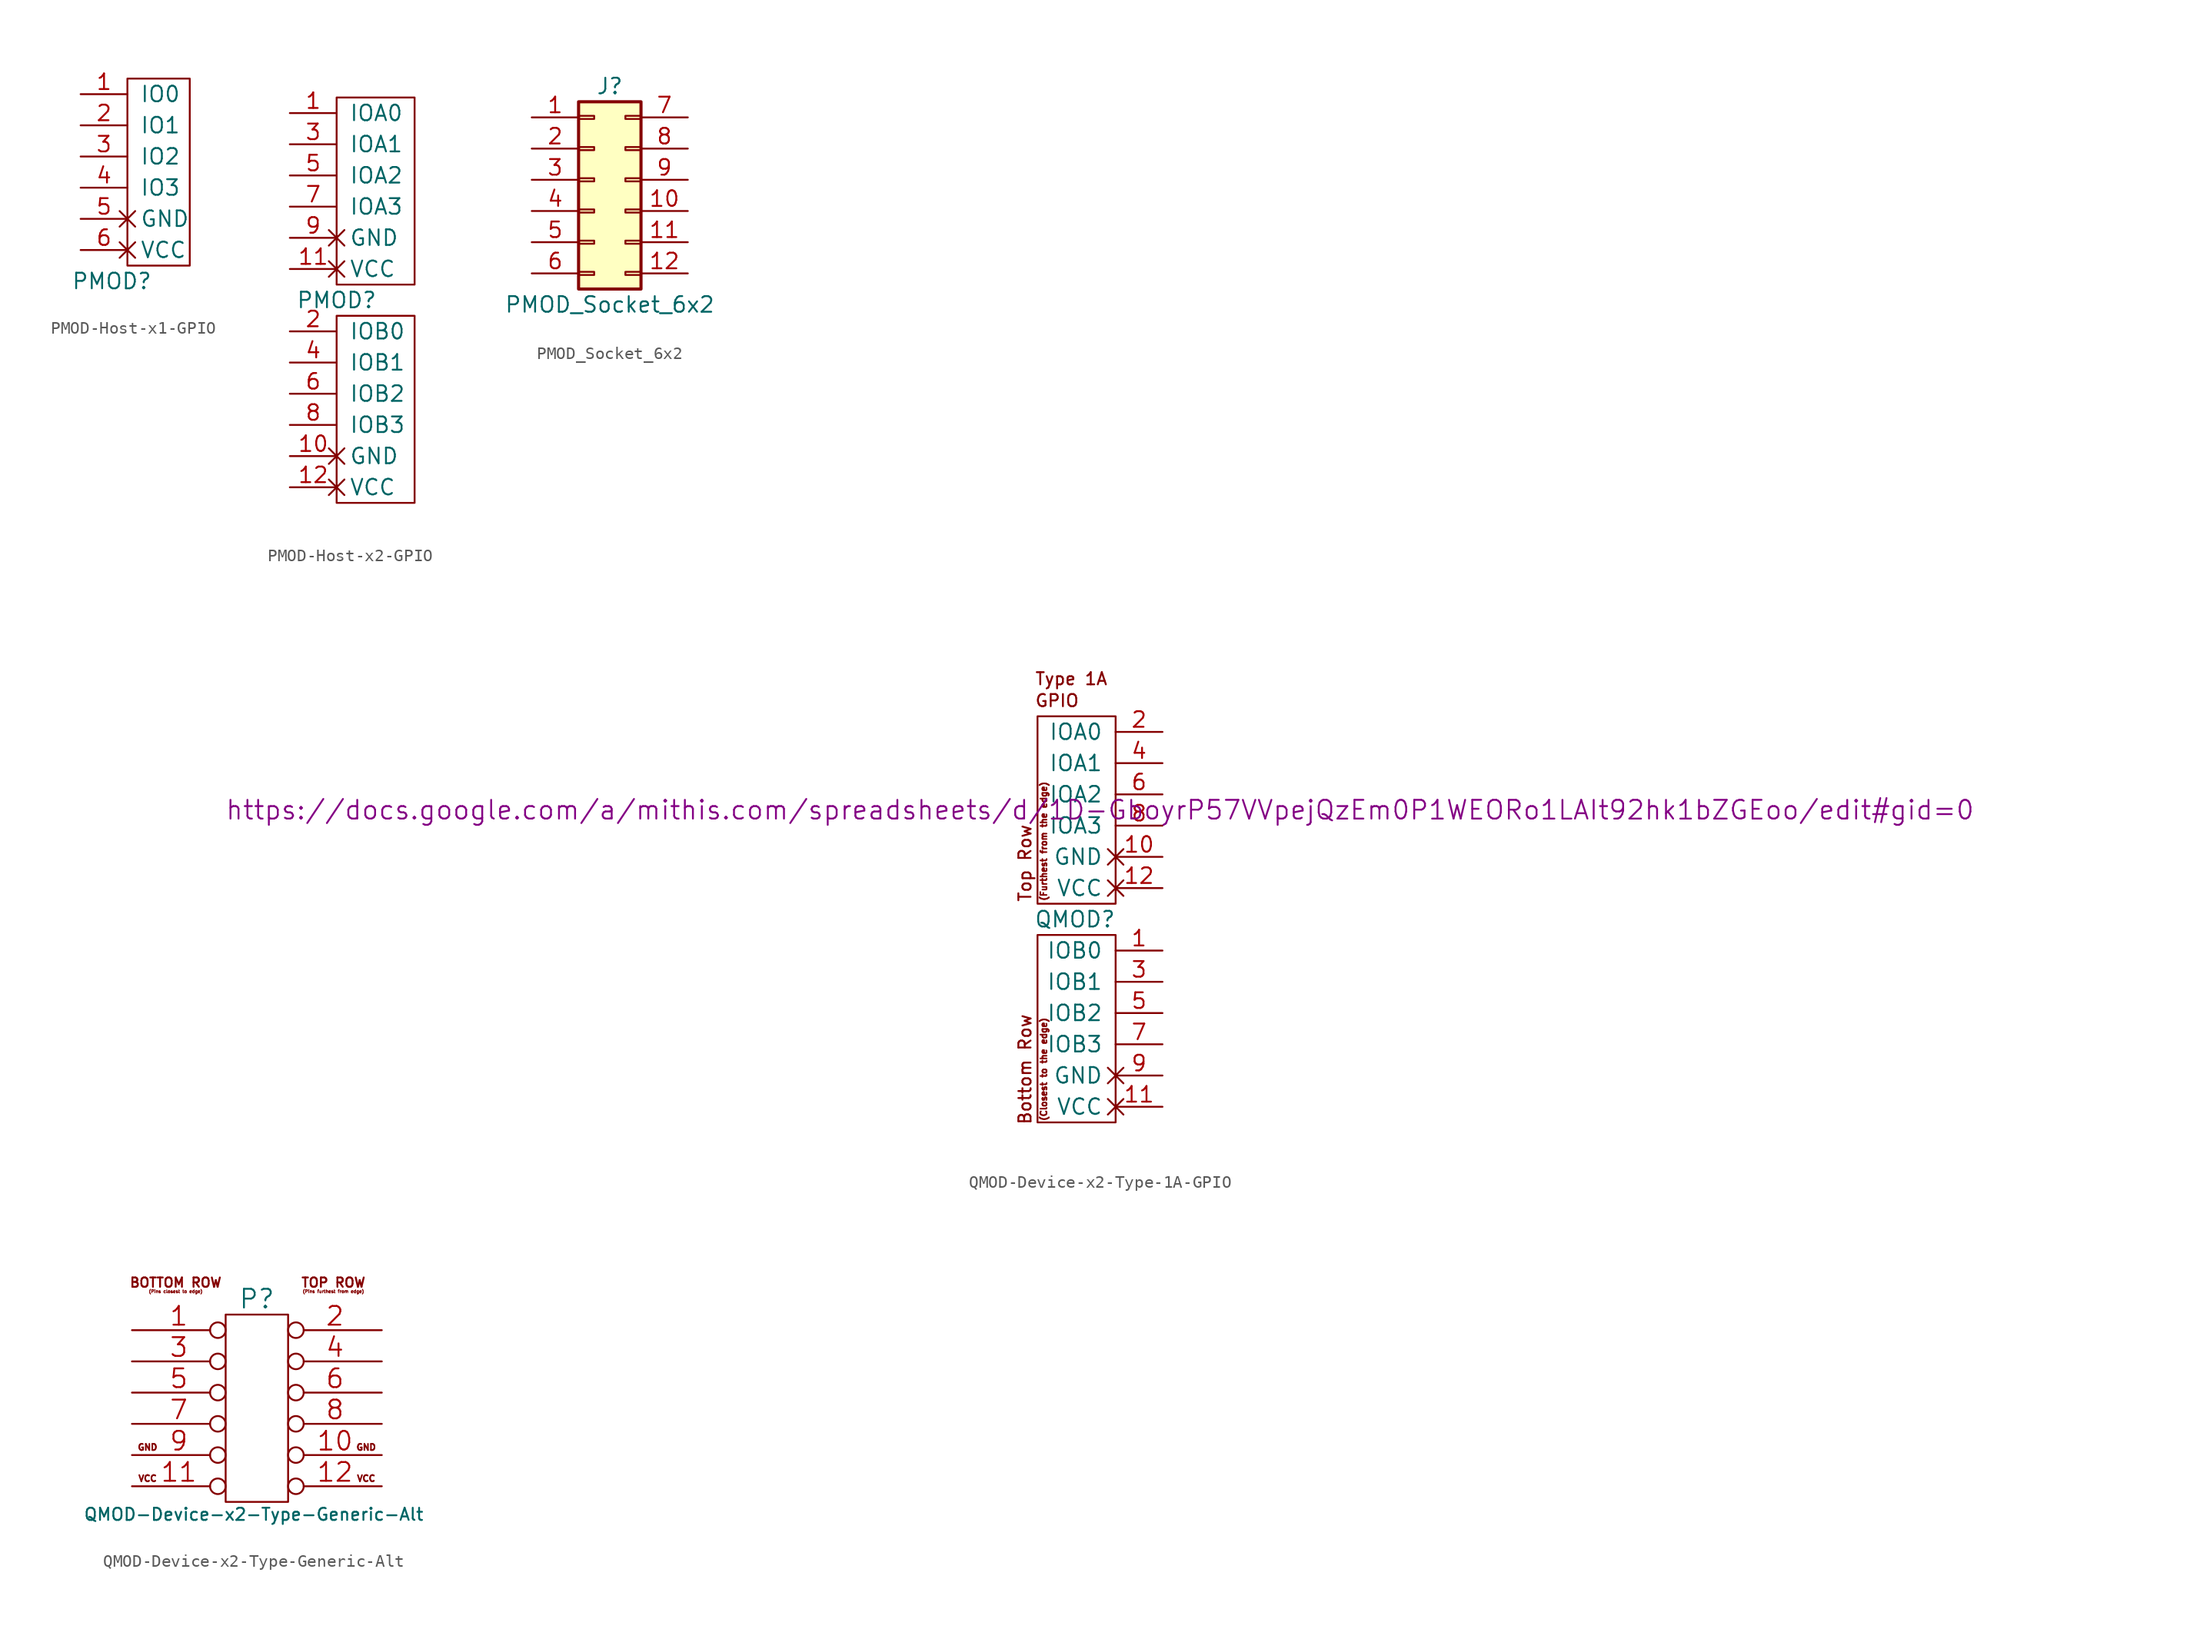
<source format=kicad_sym>
(kicad_symbol_lib
  (version 20211014)
  (generator kicad_symbol_editor)
  (symbol "PMOD-Host-x1-GPIO"
    (pin_names
      (offset 1.016))
    (property "Reference" "PMOD"
      (at -1.27 -1.27 0)
      (effects (font (size 1.27 1.27))))
    (property "Footprint" ""
      (at 1.27 7.62 0)
      (effects (font (size 1.524 1.524))))
    (property "Datasheet" ""
      (at 1.27 7.62 0)
      (effects (font (size 1.524 1.524))))
    (symbol "PMOD-Host-x1-GPIO_0_1"
      (rectangle (start 0 15.24) (end 5.08 0) (stroke (width 0) (type default) (color 0 0 0 0)) (fill (type none))))
    (symbol "PMOD-Host-x1-GPIO_1_1"
      (pin bidirectional line (at -3.81 13.97 0) (length 3.81) (name "IO0" (effects (font (size 1.27 1.27)))) (number "1" (effects (font (size 1.27 1.27)))))
      (pin bidirectional line (at -3.81 11.43 0) (length 3.81) (name "IO1" (effects (font (size 1.27 1.27)))) (number "2" (effects (font (size 1.27 1.27)))))
      (pin bidirectional line (at -3.81 8.89 0) (length 3.81) (name "IO2" (effects (font (size 1.27 1.27)))) (number "3" (effects (font (size 1.27 1.27)))))
      (pin bidirectional line (at -3.81 6.35 0) (length 3.81) (name "IO3" (effects (font (size 1.27 1.27)))) (number "4" (effects (font (size 1.27 1.27)))))
      (pin power_in non_logic (at -3.81 3.81 0) (length 3.81) (name "GND" (effects (font (size 1.27 1.27)))) (number "5" (effects (font (size 1.27 1.27)))))
      (pin power_in non_logic (at -3.81 1.27 0) (length 3.81) (name "VCC" (effects (font (size 1.27 1.27)))) (number "6" (effects (font (size 1.27 1.27)))))))
  (symbol "PMOD-Host-x2-GPIO"
    (pin_names
      (offset 1.016))
    (property "Reference" "PMOD"
      (at 0 -1.27 0)
      (effects (font (size 1.27 1.27))))
    (property "Footprint" ""
      (at 1.27 7.62 0)
      (effects (font (size 1.524 1.524))))
    (property "Datasheet" ""
      (at 1.27 7.62 0)
      (effects (font (size 1.524 1.524))))
    (symbol "PMOD-Host-x2-GPIO_0_1"
      (rectangle (start 0 15.24) (end 6.35 0) (stroke (width 0) (type default) (color 0 0 0 0)) (fill (type none)))
      (rectangle (start 6.35 -2.54) (end 0 -17.78) (stroke (width 0) (type default) (color 0 0 0 0)) (fill (type none))))
    (symbol "PMOD-Host-x2-GPIO_1_1"
      (pin bidirectional line (at -3.81 13.97 0) (length 3.81) (name "IOA0" (effects (font (size 1.27 1.27)))) (number "1" (effects (font (size 1.27 1.27)))))
      (pin power_in non_logic (at -3.81 -13.97 0) (length 3.81) (name "GND" (effects (font (size 1.27 1.27)))) (number "10" (effects (font (size 1.27 1.27)))))
      (pin power_in non_logic (at -3.81 1.27 0) (length 3.81) (name "VCC" (effects (font (size 1.27 1.27)))) (number "11" (effects (font (size 1.27 1.27)))))
      (pin power_in non_logic (at -3.81 -16.51 0) (length 3.81) (name "VCC" (effects (font (size 1.27 1.27)))) (number "12" (effects (font (size 1.27 1.27)))))
      (pin bidirectional line (at -3.81 -3.81 0) (length 3.81) (name "IOB0" (effects (font (size 1.27 1.27)))) (number "2" (effects (font (size 1.27 1.27)))))
      (pin bidirectional line (at -3.81 11.43 0) (length 3.81) (name "IOA1" (effects (font (size 1.27 1.27)))) (number "3" (effects (font (size 1.27 1.27)))))
      (pin bidirectional line (at -3.81 -6.35 0) (length 3.81) (name "IOB1" (effects (font (size 1.27 1.27)))) (number "4" (effects (font (size 1.27 1.27)))))
      (pin bidirectional line (at -3.81 8.89 0) (length 3.81) (name "IOA2" (effects (font (size 1.27 1.27)))) (number "5" (effects (font (size 1.27 1.27)))))
      (pin bidirectional line (at -3.81 -8.89 0) (length 3.81) (name "IOB2" (effects (font (size 1.27 1.27)))) (number "6" (effects (font (size 1.27 1.27)))))
      (pin bidirectional line (at -3.81 6.35 0) (length 3.81) (name "IOA3" (effects (font (size 1.27 1.27)))) (number "7" (effects (font (size 1.27 1.27)))))
      (pin bidirectional line (at -3.81 -11.43 0) (length 3.81) (name "IOB3" (effects (font (size 1.27 1.27)))) (number "8" (effects (font (size 1.27 1.27)))))
      (pin power_in non_logic (at -3.81 3.81 0) (length 3.81) (name "GND" (effects (font (size 1.27 1.27)))) (number "9" (effects (font (size 1.27 1.27)))))))
  (symbol "PMOD_Socket_6x2"
    (pin_names hide)
    (property "Reference" "J"
      (at 0 8.89 0)
      (effects (font (size 1.27 1.27))))
    (property "Value" "PMOD_Socket_6x2"
      (at 0 -8.89 0)
      (effects (font (size 1.27 1.27))))
    (symbol "PMOD_Socket_6x2_1_1"
      (rectangle (start -2.54 -6.223) (end -1.27 -6.477) (stroke (width 0.152) (type default) (color 0 0 0 0)) (fill (type none)))
      (rectangle (start -2.54 -3.683) (end -1.27 -3.937) (stroke (width 0.152) (type default) (color 0 0 0 0)) (fill (type none)))
      (rectangle (start -2.54 -1.143) (end -1.27 -1.397) (stroke (width 0.152) (type default) (color 0 0 0 0)) (fill (type none)))
      (rectangle (start -2.54 1.397) (end -1.27 1.143) (stroke (width 0.152) (type default) (color 0 0 0 0)) (fill (type none)))
      (rectangle (start -2.54 3.937) (end -1.27 3.683) (stroke (width 0.152) (type default) (color 0 0 0 0)) (fill (type none)))
      (rectangle (start -2.54 6.477) (end -1.27 6.223) (stroke (width 0.152) (type default) (color 0 0 0 0)) (fill (type none)))
      (rectangle (start -2.54 7.62) (end 2.54 -7.62) (stroke (width 0.254) (type default) (color 0 0 0 0)) (fill (type background)))
      (rectangle (start 2.54 -6.223) (end 1.27 -6.477) (stroke (width 0.152) (type default) (color 0 0 0 0)) (fill (type none)))
      (rectangle (start 2.54 -3.683) (end 1.27 -3.937) (stroke (width 0.152) (type default) (color 0 0 0 0)) (fill (type none)))
      (rectangle (start 2.54 -1.143) (end 1.27 -1.397) (stroke (width 0.152) (type default) (color 0 0 0 0)) (fill (type none)))
      (rectangle (start 2.54 1.397) (end 1.27 1.143) (stroke (width 0.152) (type default) (color 0 0 0 0)) (fill (type none)))
      (rectangle (start 2.54 3.937) (end 1.27 3.683) (stroke (width 0.152) (type default) (color 0 0 0 0)) (fill (type none)))
      (rectangle (start 2.54 6.477) (end 1.27 6.223) (stroke (width 0.152) (type default) (color 0 0 0 0)) (fill (type none)))
      (pin passive line (at -6.35 6.35 0) (length 3.81) (name "Pin_1" (effects (font (size 1.27 1.27)))) (number "1" (effects (font (size 1.27 1.27)))))
      (pin passive line (at 6.35 -1.27 180) (length 3.81) (name "Pin_10" (effects (font (size 1.27 1.27)))) (number "10" (effects (font (size 1.27 1.27)))))
      (pin passive line (at 6.35 -3.81 180) (length 3.81) (name "Pin_11" (effects (font (size 1.27 1.27)))) (number "11" (effects (font (size 1.27 1.27)))))
      (pin passive line (at 6.35 -6.35 180) (length 3.81) (name "Pin_12" (effects (font (size 1.27 1.27)))) (number "12" (effects (font (size 1.27 1.27)))))
      (pin passive line (at -6.35 3.81 0) (length 3.81) (name "Pin_2" (effects (font (size 1.27 1.27)))) (number "2" (effects (font (size 1.27 1.27)))))
      (pin passive line (at -6.35 1.27 0) (length 3.81) (name "Pin_3" (effects (font (size 1.27 1.27)))) (number "3" (effects (font (size 1.27 1.27)))))
      (pin passive line (at -6.35 -1.27 0) (length 3.81) (name "Pin_4" (effects (font (size 1.27 1.27)))) (number "4" (effects (font (size 1.27 1.27)))))
      (pin passive line (at -6.35 -3.81 0) (length 3.81) (name "Pin_5" (effects (font (size 1.27 1.27)))) (number "5" (effects (font (size 1.27 1.27)))))
      (pin passive line (at -6.35 -6.35 0) (length 3.81) (name "Pin_6" (effects (font (size 1.27 1.27)))) (number "6" (effects (font (size 1.27 1.27)))))
      (pin passive line (at 6.35 6.35 180) (length 3.81) (name "Pin_7" (effects (font (size 1.27 1.27)))) (number "7" (effects (font (size 1.27 1.27)))))
      (pin passive line (at 6.35 3.81 180) (length 3.81) (name "Pin_8" (effects (font (size 1.27 1.27)))) (number "8" (effects (font (size 1.27 1.27)))))
      (pin passive line (at 6.35 1.27 180) (length 3.81) (name "Pin_9" (effects (font (size 1.27 1.27)))) (number "9" (effects (font (size 1.27 1.27)))))))
  (symbol "QMOD-Device-x2-Type-1A-GPIO"
    (pin_names
      (offset 1.016))
    (property "Reference" "QMOD"
      (at -3.302 -1.27 0)
      (effects (font (size 1.27 1.27))))
    (property "Datasheet" "https://docs.google.com/a/mithis.com/spreadsheets/d/1D-GboyrP57VVpejQzEm0P1WEORo1LAIt92hk1bZGEoo/edit#gid=0"
      (at -1.27 7.62 0)
      (effects (font (size 1.524 1.524))))
    (symbol "QMOD-Device-x2-Type-1A-GPIO_0_0"
      (text "(Closest to the edge)" (at -5.842 -13.462 900) (effects (font (size 0.508 0.508))))
      (text "(Furthest from the edge)" (at -5.842 5.08 900) (effects (font (size 0.508 0.508))))
      (text "Bottom Row" (at -7.366 -13.462 900) (effects (font (size 0.991 0.991))))
      (text "GPIO" (at -6.604 16.51 0) (effects (font (size 0.991 0.991)) (justify left)))
      (text "Top Row" (at -7.366 3.302 900) (effects (font (size 0.991 0.991))))
      (text "Type 1A" (at -6.604 18.288 0) (effects (font (size 0.991 0.991)) (justify left))))
    (symbol "QMOD-Device-x2-Type-1A-GPIO_0_1"
      (rectangle (start -6.35 -2.54) (end 0 -17.78) (stroke (width 0) (type default) (color 0 0 0 0)) (fill (type none)))
      (rectangle (start 0 15.24) (end -6.35 0) (stroke (width 0) (type default) (color 0 0 0 0)) (fill (type none))))
    (symbol "QMOD-Device-x2-Type-1A-GPIO_1_1"
      (pin bidirectional line (at 3.81 -3.81 180) (length 3.81) (name "IOB0" (effects (font (size 1.27 1.27)))) (number "1" (effects (font (size 1.27 1.27)))))
      (pin power_out non_logic (at 3.81 3.81 180) (length 3.81) (name "GND" (effects (font (size 1.27 1.27)))) (number "10" (effects (font (size 1.27 1.27)))))
      (pin power_out non_logic (at 3.81 -16.51 180) (length 3.81) (name "VCC" (effects (font (size 1.27 1.27)))) (number "11" (effects (font (size 1.27 1.27)))))
      (pin power_out non_logic (at 3.81 1.27 180) (length 3.81) (name "VCC" (effects (font (size 1.27 1.27)))) (number "12" (effects (font (size 1.27 1.27)))))
      (pin bidirectional line (at 3.81 13.97 180) (length 3.81) (name "IOA0" (effects (font (size 1.27 1.27)))) (number "2" (effects (font (size 1.27 1.27)))))
      (pin bidirectional line (at 3.81 -6.35 180) (length 3.81) (name "IOB1" (effects (font (size 1.27 1.27)))) (number "3" (effects (font (size 1.27 1.27)))))
      (pin bidirectional line (at 3.81 11.43 180) (length 3.81) (name "IOA1" (effects (font (size 1.27 1.27)))) (number "4" (effects (font (size 1.27 1.27)))))
      (pin bidirectional line (at 3.81 -8.89 180) (length 3.81) (name "IOB2" (effects (font (size 1.27 1.27)))) (number "5" (effects (font (size 1.27 1.27)))))
      (pin bidirectional line (at 3.81 8.89 180) (length 3.81) (name "IOA2" (effects (font (size 1.27 1.27)))) (number "6" (effects (font (size 1.27 1.27)))))
      (pin bidirectional line (at 3.81 -11.43 180) (length 3.81) (name "IOB3" (effects (font (size 1.27 1.27)))) (number "7" (effects (font (size 1.27 1.27)))))
      (pin bidirectional line (at 3.81 6.35 180) (length 3.81) (name "IOA3" (effects (font (size 1.27 1.27)))) (number "8" (effects (font (size 1.27 1.27)))))
      (pin power_out non_logic (at 3.81 -13.97 180) (length 3.81) (name "GND" (effects (font (size 1.27 1.27)))) (number "9" (effects (font (size 1.27 1.27)))))))
  (symbol "QMOD-Device-x2-Type-Generic-Alt"
    (pin_names
      (offset 1.016) hide)
    (property "Reference" "P"
      (at 2.54 16.51 0)
      (effects (font (size 1.524 1.524))))
    (property "Value" "QMOD-Device-x2-Type-Generic-Alt"
      (at 2.286 -1.016 0)
      (effects (font (size 0.991 0.991))))
    (property "Datasheet" ""
      (at 2.54 7.62 0)
      (effects (font (size 1.524 1.524))))
    (symbol "QMOD-Device-x2-Type-Generic-Alt_0_0"
      (text "(Pins closest to edge)" (at -4.064 17.272 0) (effects (font (size 0.254 0.254)) (justify top)))
      (text "(Pins furthest from edge)" (at 8.763 17.272 0) (effects (font (size 0.254 0.254)) (justify top)))
      (text "BOTTOM ROW" (at -4.064 18.288 0) (effects (font (size 0.762 0.762)) (justify top)))
      (text "GND" (at -6.35 4.445 0) (effects (font (size 0.508 0.508))))
      (text "GND" (at 11.43 4.445 0) (effects (font (size 0.508 0.508))))
      (text "TOP ROW" (at 8.763 18.288 0) (effects (font (size 0.762 0.762)) (justify top)))
      (text "VCC" (at -6.35 1.905 0) (effects (font (size 0.508 0.508))))
      (text "VCC" (at 11.43 1.905 0) (effects (font (size 0.508 0.508)))))
    (symbol "QMOD-Device-x2-Type-Generic-Alt_0_1"
      (rectangle (start 5.08 15.24) (end 0 0) (stroke (width 0) (type default) (color 0 0 0 0)) (fill (type none))))
    (symbol "QMOD-Device-x2-Type-Generic-Alt_1_1"
      (pin passive inverted (at -7.62 13.97 0) (length 7.62) (name "P7" (effects (font (size 1.524 1.524)))) (number "1" (effects (font (size 1.524 1.524)))))
      (pin passive inverted (at 12.7 3.81 180) (length 7.62) (name "P5" (effects (font (size 1.524 1.524)))) (number "10" (effects (font (size 1.524 1.524)))))
      (pin passive inverted (at -7.62 1.27 0) (length 7.62) (name "P12" (effects (font (size 1.524 1.524)))) (number "11" (effects (font (size 1.524 1.524)))))
      (pin passive inverted (at 12.7 1.27 180) (length 7.62) (name "P6" (effects (font (size 1.524 1.524)))) (number "12" (effects (font (size 1.524 1.524)))))
      (pin passive inverted (at 12.7 13.97 180) (length 7.62) (name "P1" (effects (font (size 1.524 1.524)))) (number "2" (effects (font (size 1.524 1.524)))))
      (pin passive inverted (at -7.62 11.43 0) (length 7.62) (name "P8" (effects (font (size 1.524 1.524)))) (number "3" (effects (font (size 1.524 1.524)))))
      (pin passive inverted (at 12.7 11.43 180) (length 7.62) (name "P2" (effects (font (size 1.524 1.524)))) (number "4" (effects (font (size 1.524 1.524)))))
      (pin passive inverted (at -7.62 8.89 0) (length 7.62) (name "P9" (effects (font (size 1.524 1.524)))) (number "5" (effects (font (size 1.524 1.524)))))
      (pin passive inverted (at 12.7 8.89 180) (length 7.62) (name "P3" (effects (font (size 1.524 1.524)))) (number "6" (effects (font (size 1.524 1.524)))))
      (pin passive inverted (at -7.62 6.35 0) (length 7.62) (name "P10" (effects (font (size 1.524 1.524)))) (number "7" (effects (font (size 1.524 1.524)))))
      (pin passive inverted (at 12.7 6.35 180) (length 7.62) (name "10" (effects (font (size 1.524 1.524)))) (number "8" (effects (font (size 1.524 1.524)))))
      (pin passive inverted (at -7.62 3.81 0) (length 7.62) (name "P11" (effects (font (size 1.524 1.524)))) (number "9" (effects (font (size 1.524 1.524))))))))
</source>
